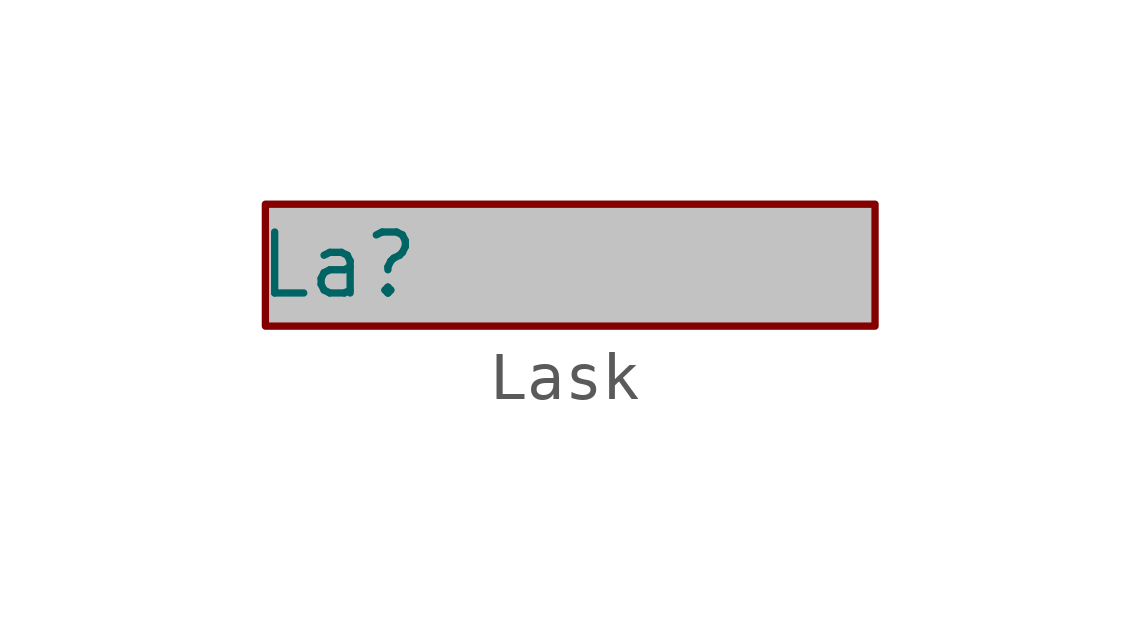
<source format=kicad_sym>
(kicad_symbol_lib
  (version 20231120)
  (generator "kicad_symbol_editor")
  (generator_version "8.0")
  (symbol "Lask"
    (property "Reference" "La"
      (at 1.524 0 0)
      (effects (font (size 1.27 1.27))))
    (property "Value" ""
      (at 0 0 0)
      (effects (font (size 1.27 1.27))))
    (symbol "Lask_1_1"
      (rectangle (start 0 1.27) (end 12.7 -1.27) (stroke (width 0) (type default)) (fill (type color) (color 194 194 194 1))))))
</source>
